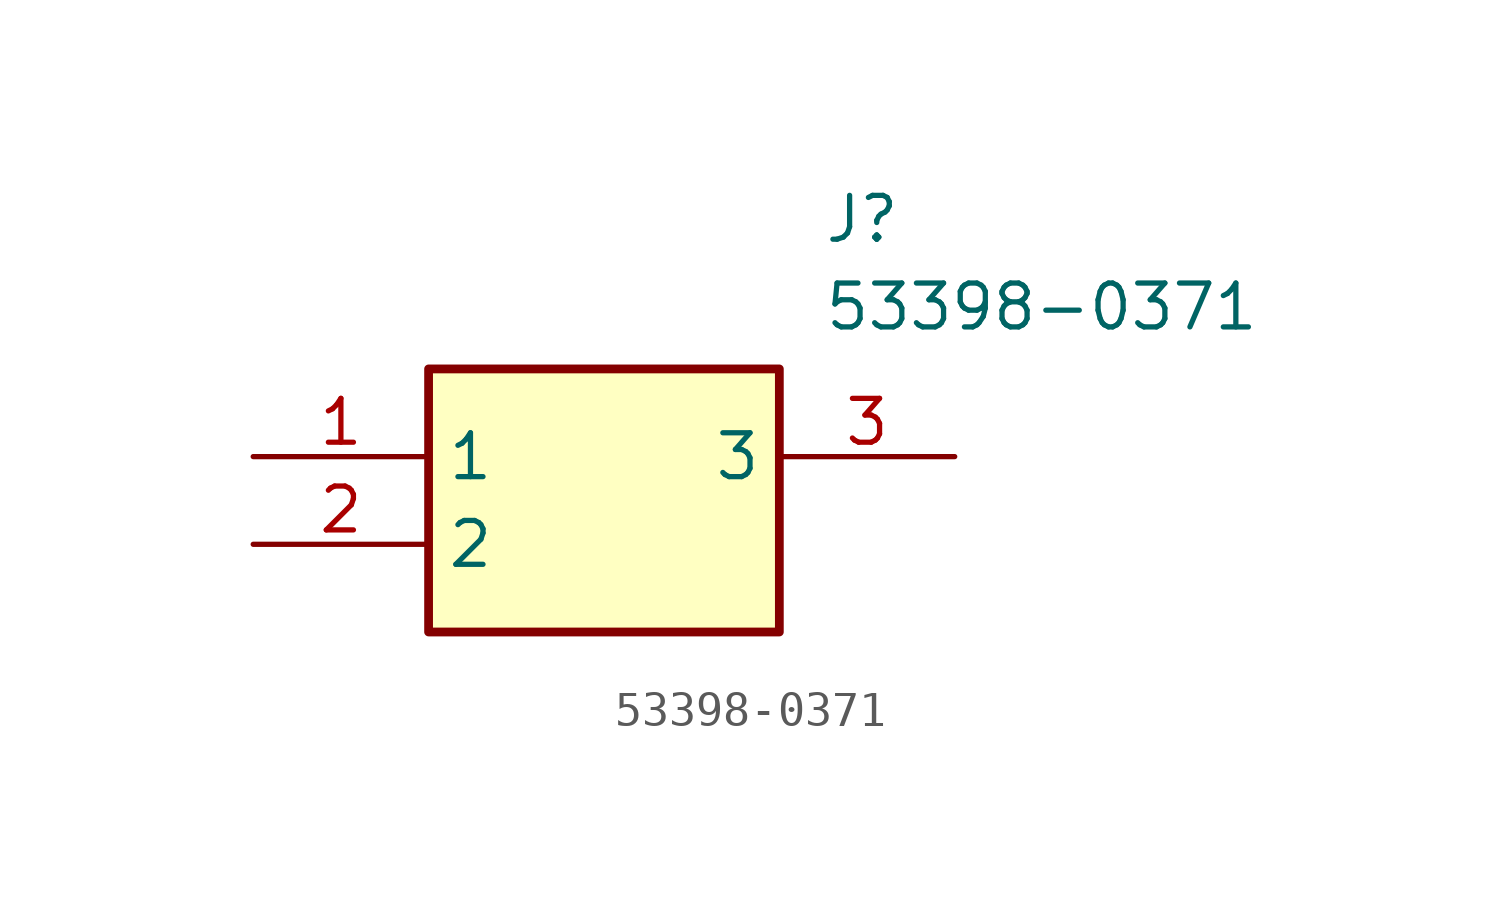
<source format=kicad_sym>
(kicad_symbol_lib
  (version 20211014)
  (generator SamacSys_ECAD_Model)
  (symbol "53398-0371"
    (property "Reference" "J"
      (at 16.51 7.62 0)
      (effects (font (size 1.27 1.27)) (justify left top)))
    (property "Value" "53398-0371"
      (at 16.51 5.08 0)
      (effects (font (size 1.27 1.27)) (justify left top)))
    (rectangle
      (start 5.08 2.54)
      (end 15.24 -5.08)
      (stroke (width 0.254) (type default))
      (fill (type background)))
    (pin passive line
      (at 0 0 0)
      (length 5.08)
      (name "1" (effects (font (size 1.27 1.27))))
      (number "1" (effects (font (size 1.27 1.27)))))
    (pin passive line
      (at 0 -2.54 0)
      (length 5.08)
      (name "2" (effects (font (size 1.27 1.27))))
      (number "2" (effects (font (size 1.27 1.27)))))
    (pin passive line
      (at 20.32 0 180)
      (length 5.08)
      (name "3" (effects (font (size 1.27 1.27))))
      (number "3" (effects (font (size 1.27 1.27)))))))
</source>
